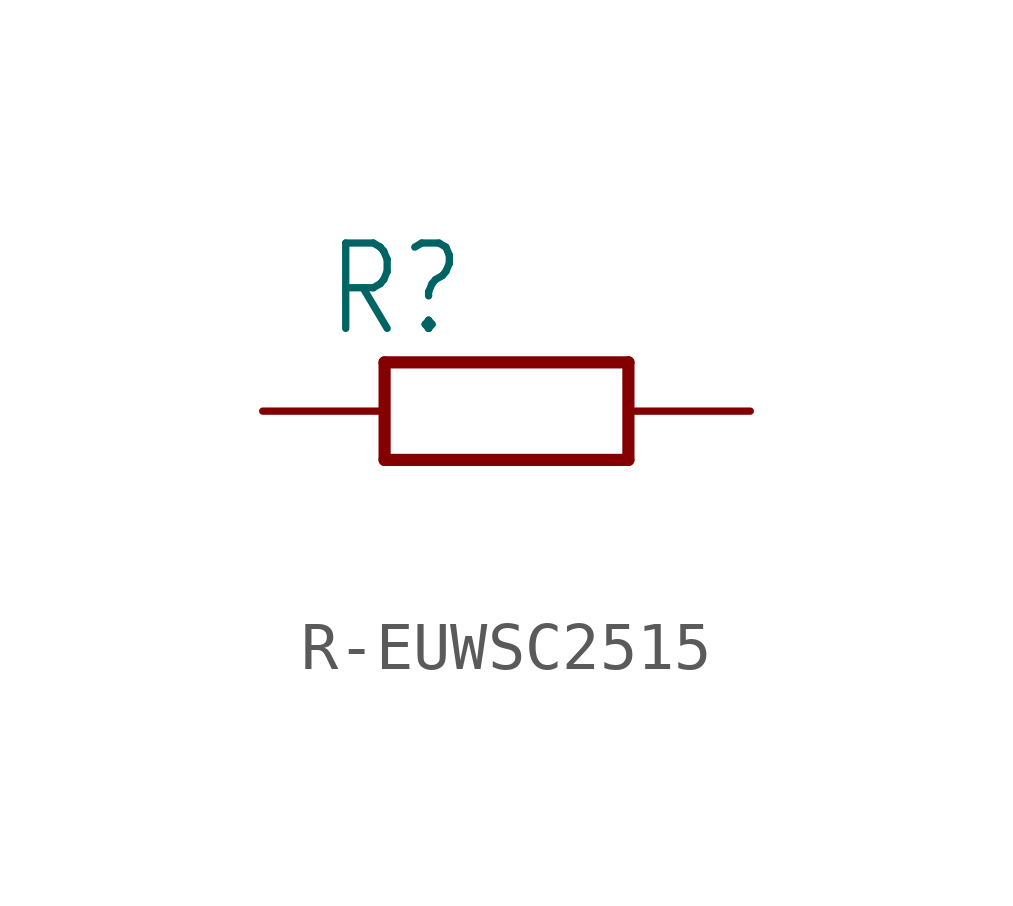
<source format=kicad_sym>
(kicad_symbol_lib
  (version 20220914)
  (generator kicad_symbol_editor)
  (symbol "R-EUWSC2515"
    (property "Reference" "R"
      (at -3.81 1.499 0)
      (effects (font (size 1.778 1.511)) (justify left bottom)))
    (property "Value" ""
      (at -3.81 -3.302 0)
      (effects (font (size 1.778 1.511)) (justify left bottom)))
    (property "ki_locked" ""
      (at 0 0 0)
      (effects (font (size 1.27 1.27))))
    (symbol "R-EUWSC2515_1_0"
      (polyline (pts (xy -2.54 -1.016) (xy -2.54 1.016)) (stroke (width 0.254) (type solid)) (fill (type none)))
      (polyline (pts (xy -2.54 1.016) (xy 2.54 1.016)) (stroke (width 0.254) (type solid)) (fill (type none)))
      (polyline (pts (xy 2.54 -1.016) (xy -2.54 -1.016)) (stroke (width 0.254) (type solid)) (fill (type none)))
      (polyline (pts (xy 2.54 1.016) (xy 2.54 -1.016)) (stroke (width 0.254) (type solid)) (fill (type none)))
      (pin passive line (at -5.08 0 0) (length 2.54) (name "1" (effects (font (size 0 0)))) (number "1" (effects (font (size 0 0)))))
      (pin passive line (at 5.08 0 180) (length 2.54) (name "2" (effects (font (size 0 0)))) (number "2" (effects (font (size 0 0))))))))
</source>
